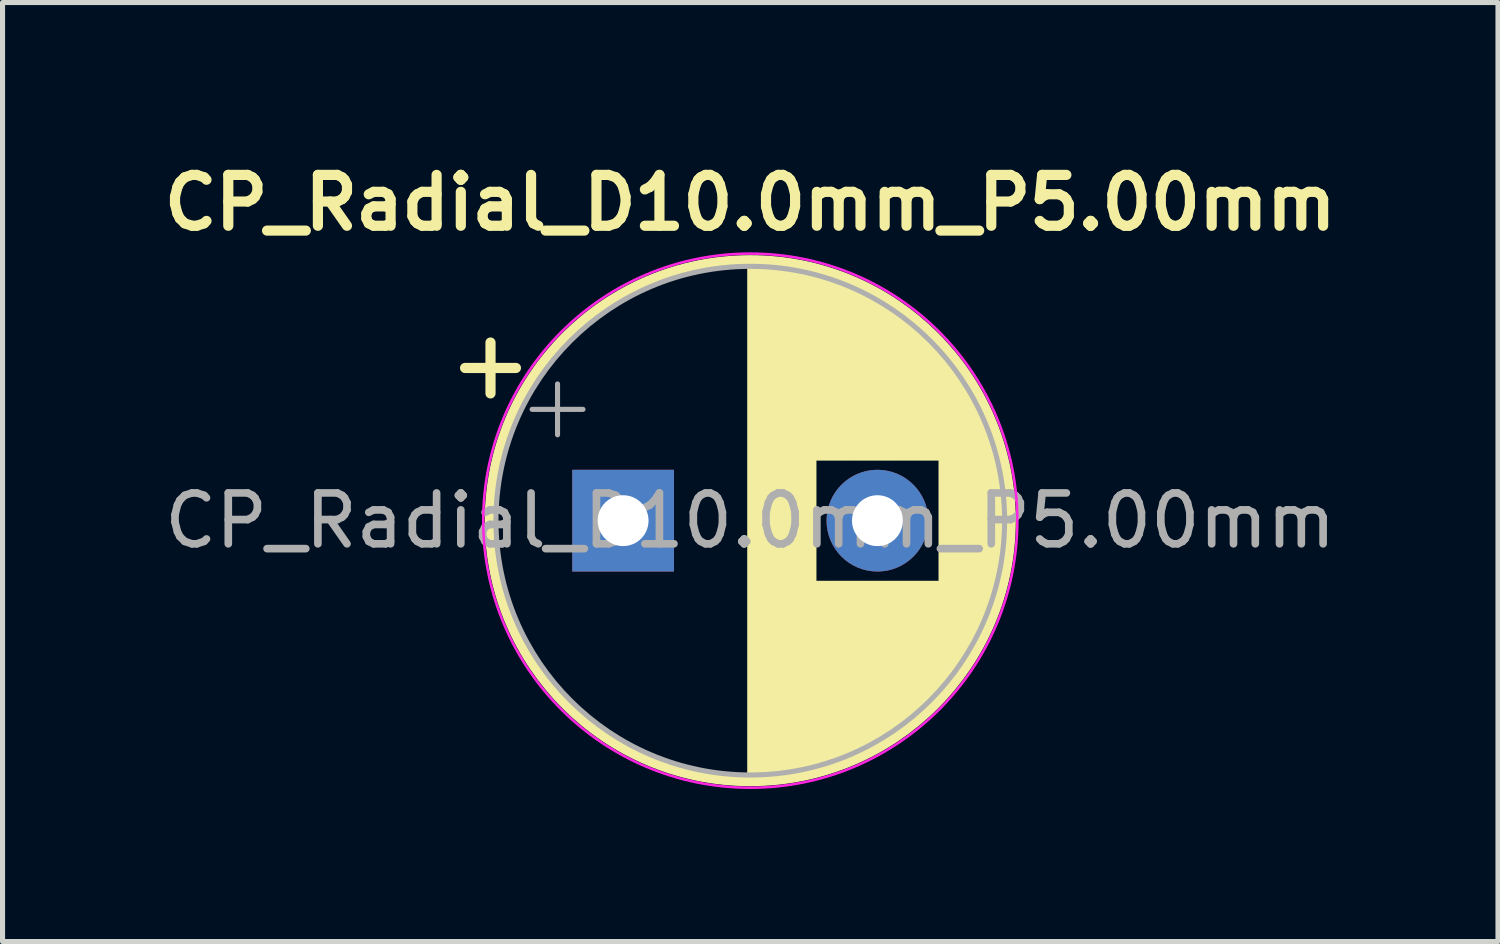
<source format=kicad_pcb>
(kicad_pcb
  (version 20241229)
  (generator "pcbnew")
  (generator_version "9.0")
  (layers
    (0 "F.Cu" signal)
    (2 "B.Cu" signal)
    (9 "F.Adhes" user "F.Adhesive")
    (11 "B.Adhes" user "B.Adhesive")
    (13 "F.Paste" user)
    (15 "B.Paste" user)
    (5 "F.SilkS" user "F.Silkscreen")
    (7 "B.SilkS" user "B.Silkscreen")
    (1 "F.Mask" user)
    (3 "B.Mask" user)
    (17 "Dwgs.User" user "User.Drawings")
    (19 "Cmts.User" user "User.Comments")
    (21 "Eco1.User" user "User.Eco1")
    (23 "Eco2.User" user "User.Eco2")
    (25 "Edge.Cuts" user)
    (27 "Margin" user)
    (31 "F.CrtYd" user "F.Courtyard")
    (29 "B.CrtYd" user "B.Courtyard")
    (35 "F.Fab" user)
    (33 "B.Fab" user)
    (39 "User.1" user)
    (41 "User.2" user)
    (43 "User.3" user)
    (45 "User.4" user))
  (footprint "CP_Radial_D10.0mm_P5.00mm"
    (layer "F.Cu")
    (at 9.2 7.186)
    (property "Reference" "CP_Radial_D10.0mm_P5.00mm" (at 2.5 -6.25 0) (layer "F.SilkS") (effects (font (size 1 1) (thickness 0.2))))
    (attr through_hole)
    (fp_line (start -3.107 -3.002) (end -2.107 -3.002) (stroke (width 0.2) (type solid)) (layer "F.SilkS"))
    (fp_line (start -2.607 -3.502) (end -2.607 -2.502) (stroke (width 0.2) (type solid)) (layer "F.SilkS"))
    (fp_line (start 2.5 -5.08) (end 2.5 5.08) (stroke (width 0.12) (type solid)) (layer "F.SilkS"))
    (fp_line (start 2.54 -5.08) (end 2.54 5.08) (stroke (width 0.12) (type solid)) (layer "F.SilkS"))
    (fp_line (start 2.58 -5.08) (end 2.58 5.08) (stroke (width 0.12) (type solid)) (layer "F.SilkS"))
    (fp_line (start 2.62 -5.079) (end 2.62 5.079) (stroke (width 0.12) (type solid)) (layer "F.SilkS"))
    (fp_line (start 2.66 -5.078) (end 2.66 5.078) (stroke (width 0.12) (type solid)) (layer "F.SilkS"))
    (fp_line (start 2.7 -5.077) (end 2.7 5.077) (stroke (width 0.12) (type solid)) (layer "F.SilkS"))
    (fp_line (start 2.74 -5.075) (end 2.74 5.075) (stroke (width 0.12) (type solid)) (layer "F.SilkS"))
    (fp_line (start 2.78 -5.073) (end 2.78 5.073) (stroke (width 0.12) (type solid)) (layer "F.SilkS"))
    (fp_line (start 2.82 -5.07) (end 2.82 5.07) (stroke (width 0.12) (type solid)) (layer "F.SilkS"))
    (fp_line (start 2.86 -5.068) (end 2.86 5.068) (stroke (width 0.12) (type solid)) (layer "F.SilkS"))
    (fp_line (start 2.9 -5.065) (end 2.9 5.065) (stroke (width 0.12) (type solid)) (layer "F.SilkS"))
    (fp_line (start 2.94 -5.062) (end 2.94 5.062) (stroke (width 0.12) (type solid)) (layer "F.SilkS"))
    (fp_line (start 2.98 -5.058) (end 2.98 5.058) (stroke (width 0.12) (type solid)) (layer "F.SilkS"))
    (fp_line (start 3.02 -5.054) (end 3.02 5.054) (stroke (width 0.12) (type solid)) (layer "F.SilkS"))
    (fp_line (start 3.06 -5.05) (end 3.06 5.05) (stroke (width 0.12) (type solid)) (layer "F.SilkS"))
    (fp_line (start 3.1 -5.045) (end 3.1 5.045) (stroke (width 0.12) (type solid)) (layer "F.SilkS"))
    (fp_line (start 3.14 -5.04) (end 3.14 5.04) (stroke (width 0.12) (type solid)) (layer "F.SilkS"))
    (fp_line (start 3.18 -5.035) (end 3.18 5.035) (stroke (width 0.12) (type solid)) (layer "F.SilkS"))
    (fp_line (start 3.221 -5.03) (end 3.221 5.03) (stroke (width 0.12) (type solid)) (layer "F.SilkS"))
    (fp_line (start 3.261 -5.024) (end 3.261 5.024) (stroke (width 0.12) (type solid)) (layer "F.SilkS"))
    (fp_line (start 3.301 -5.018) (end 3.301 5.018) (stroke (width 0.12) (type solid)) (layer "F.SilkS"))
    (fp_line (start 3.341 -5.011) (end 3.341 5.011) (stroke (width 0.12) (type solid)) (layer "F.SilkS"))
    (fp_line (start 3.381 -5.004) (end 3.381 5.004) (stroke (width 0.12) (type solid)) (layer "F.SilkS"))
    (fp_line (start 3.421 -4.997) (end 3.421 4.997) (stroke (width 0.12) (type solid)) (layer "F.SilkS"))
    (fp_line (start 3.461 -4.99) (end 3.461 4.99) (stroke (width 0.12) (type solid)) (layer "F.SilkS"))
    (fp_line (start 3.501 -4.982) (end 3.501 4.982) (stroke (width 0.12) (type solid)) (layer "F.SilkS"))
    (fp_line (start 3.541 -4.974) (end 3.541 4.974) (stroke (width 0.12) (type solid)) (layer "F.SilkS"))
    (fp_line (start 3.581 -4.965) (end 3.581 4.965) (stroke (width 0.12) (type solid)) (layer "F.SilkS"))
    (fp_line (start 3.621 -4.956) (end 3.621 4.956) (stroke (width 0.12) (type solid)) (layer "F.SilkS"))
    (fp_line (start 3.661 -4.947) (end 3.661 4.947) (stroke (width 0.12) (type solid)) (layer "F.SilkS"))
    (fp_line (start 3.701 -4.938) (end 3.701 4.938) (stroke (width 0.12) (type solid)) (layer "F.SilkS"))
    (fp_line (start 3.741 -4.928) (end 3.741 4.928) (stroke (width 0.12) (type solid)) (layer "F.SilkS"))
    (fp_line (start 3.781 -4.918) (end 3.781 -1.241) (stroke (width 0.12) (type solid)) (layer "F.SilkS"))
    (fp_line (start 3.781 1.241) (end 3.781 4.918) (stroke (width 0.12) (type solid)) (layer "F.SilkS"))
    (fp_line (start 3.821 -4.907) (end 3.821 -1.241) (stroke (width 0.12) (type solid)) (layer "F.SilkS"))
    (fp_line (start 3.821 1.241) (end 3.821 4.907) (stroke (width 0.12) (type solid)) (layer "F.SilkS"))
    (fp_line (start 3.861 -4.897) (end 3.861 -1.241) (stroke (width 0.12) (type solid)) (layer "F.SilkS"))
    (fp_line (start 3.861 1.241) (end 3.861 4.897) (stroke (width 0.12) (type solid)) (layer "F.SilkS"))
    (fp_line (start 3.901 -4.885) (end 3.901 -1.241) (stroke (width 0.12) (type solid)) (layer "F.SilkS"))
    (fp_line (start 3.901 1.241) (end 3.901 4.885) (stroke (width 0.12) (type solid)) (layer "F.SilkS"))
    (fp_line (start 3.941 -4.874) (end 3.941 -1.241) (stroke (width 0.12) (type solid)) (layer "F.SilkS"))
    (fp_line (start 3.941 1.241) (end 3.941 4.874) (stroke (width 0.12) (type solid)) (layer "F.SilkS"))
    (fp_line (start 3.981 -4.862) (end 3.981 -1.241) (stroke (width 0.12) (type solid)) (layer "F.SilkS"))
    (fp_line (start 3.981 1.241) (end 3.981 4.862) (stroke (width 0.12) (type solid)) (layer "F.SilkS"))
    (fp_line (start 4.021 -4.85) (end 4.021 -1.241) (stroke (width 0.12) (type solid)) (layer "F.SilkS"))
    (fp_line (start 4.021 1.241) (end 4.021 4.85) (stroke (width 0.12) (type solid)) (layer "F.SilkS"))
    (fp_line (start 4.061 -4.837) (end 4.061 -1.241) (stroke (width 0.12) (type solid)) (layer "F.SilkS"))
    (fp_line (start 4.061 1.241) (end 4.061 4.837) (stroke (width 0.12) (type solid)) (layer "F.SilkS"))
    (fp_line (start 4.101 -4.824) (end 4.101 -1.241) (stroke (width 0.12) (type solid)) (layer "F.SilkS"))
    (fp_line (start 4.101 1.241) (end 4.101 4.824) (stroke (width 0.12) (type solid)) (layer "F.SilkS"))
    (fp_line (start 4.141 -4.811) (end 4.141 -1.241) (stroke (width 0.12) (type solid)) (layer "F.SilkS"))
    (fp_line (start 4.141 1.241) (end 4.141 4.811) (stroke (width 0.12) (type solid)) (layer "F.SilkS"))
    (fp_line (start 4.181 -4.797) (end 4.181 -1.241) (stroke (width 0.12) (type solid)) (layer "F.SilkS"))
    (fp_line (start 4.181 1.241) (end 4.181 4.797) (stroke (width 0.12) (type solid)) (layer "F.SilkS"))
    (fp_line (start 4.221 -4.783) (end 4.221 -1.241) (stroke (width 0.12) (type solid)) (layer "F.SilkS"))
    (fp_line (start 4.221 1.241) (end 4.221 4.783) (stroke (width 0.12) (type solid)) (layer "F.SilkS"))
    (fp_line (start 4.261 -4.768) (end 4.261 -1.241) (stroke (width 0.12) (type solid)) (layer "F.SilkS"))
    (fp_line (start 4.261 1.241) (end 4.261 4.768) (stroke (width 0.12) (type solid)) (layer "F.SilkS"))
    (fp_line (start 4.301 -4.754) (end 4.301 -1.241) (stroke (width 0.12) (type solid)) (layer "F.SilkS"))
    (fp_line (start 4.301 1.241) (end 4.301 4.754) (stroke (width 0.12) (type solid)) (layer "F.SilkS"))
    (fp_line (start 4.341 -4.738) (end 4.341 -1.241) (stroke (width 0.12) (type solid)) (layer "F.SilkS"))
    (fp_line (start 4.341 1.241) (end 4.341 4.738) (stroke (width 0.12) (type solid)) (layer "F.SilkS"))
    (fp_line (start 4.381 -4.723) (end 4.381 -1.241) (stroke (width 0.12) (type solid)) (layer "F.SilkS"))
    (fp_line (start 4.381 1.241) (end 4.381 4.723) (stroke (width 0.12) (type solid)) (layer "F.SilkS"))
    (fp_line (start 4.421 -4.707) (end 4.421 -1.241) (stroke (width 0.12) (type solid)) (layer "F.SilkS"))
    (fp_line (start 4.421 1.241) (end 4.421 4.707) (stroke (width 0.12) (type solid)) (layer "F.SilkS"))
    (fp_line (start 4.461 -4.69) (end 4.461 -1.241) (stroke (width 0.12) (type solid)) (layer "F.SilkS"))
    (fp_line (start 4.461 1.241) (end 4.461 4.69) (stroke (width 0.12) (type solid)) (layer "F.SilkS"))
    (fp_line (start 4.501 -4.674) (end 4.501 -1.241) (stroke (width 0.12) (type solid)) (layer "F.SilkS"))
    (fp_line (start 4.501 1.241) (end 4.501 4.674) (stroke (width 0.12) (type solid)) (layer "F.SilkS"))
    (fp_line (start 4.541 -4.657) (end 4.541 -1.241) (stroke (width 0.12) (type solid)) (layer "F.SilkS"))
    (fp_line (start 4.541 1.241) (end 4.541 4.657) (stroke (width 0.12) (type solid)) (layer "F.SilkS"))
    (fp_line (start 4.581 -4.639) (end 4.581 -1.241) (stroke (width 0.12) (type solid)) (layer "F.SilkS"))
    (fp_line (start 4.581 1.241) (end 4.581 4.639) (stroke (width 0.12) (type solid)) (layer "F.SilkS"))
    (fp_line (start 4.621 -4.621) (end 4.621 -1.241) (stroke (width 0.12) (type solid)) (layer "F.SilkS"))
    (fp_line (start 4.621 1.241) (end 4.621 4.621) (stroke (width 0.12) (type solid)) (layer "F.SilkS"))
    (fp_line (start 4.661 -4.603) (end 4.661 -1.241) (stroke (width 0.12) (type solid)) (layer "F.SilkS"))
    (fp_line (start 4.661 1.241) (end 4.661 4.603) (stroke (width 0.12) (type solid)) (layer "F.SilkS"))
    (fp_line (start 4.701 -4.584) (end 4.701 -1.241) (stroke (width 0.12) (type solid)) (layer "F.SilkS"))
    (fp_line (start 4.701 1.241) (end 4.701 4.584) (stroke (width 0.12) (type solid)) (layer "F.SilkS"))
    (fp_line (start 4.741 -4.564) (end 4.741 -1.241) (stroke (width 0.12) (type solid)) (layer "F.SilkS"))
    (fp_line (start 4.741 1.241) (end 4.741 4.564) (stroke (width 0.12) (type solid)) (layer "F.SilkS"))
    (fp_line (start 4.781 -4.545) (end 4.781 -1.241) (stroke (width 0.12) (type solid)) (layer "F.SilkS"))
    (fp_line (start 4.781 1.241) (end 4.781 4.545) (stroke (width 0.12) (type solid)) (layer "F.SilkS"))
    (fp_line (start 4.821 -4.525) (end 4.821 -1.241) (stroke (width 0.12) (type solid)) (layer "F.SilkS"))
    (fp_line (start 4.821 1.241) (end 4.821 4.525) (stroke (width 0.12) (type solid)) (layer "F.SilkS"))
    (fp_line (start 4.861 -4.504) (end 4.861 -1.241) (stroke (width 0.12) (type solid)) (layer "F.SilkS"))
    (fp_line (start 4.861 1.241) (end 4.861 4.504) (stroke (width 0.12) (type solid)) (layer "F.SilkS"))
    (fp_line (start 4.901 -4.483) (end 4.901 -1.241) (stroke (width 0.12) (type solid)) (layer "F.SilkS"))
    (fp_line (start 4.901 1.241) (end 4.901 4.483) (stroke (width 0.12) (type solid)) (layer "F.SilkS"))
    (fp_line (start 4.941 -4.462) (end 4.941 -1.241) (stroke (width 0.12) (type solid)) (layer "F.SilkS"))
    (fp_line (start 4.941 1.241) (end 4.941 4.462) (stroke (width 0.12) (type solid)) (layer "F.SilkS"))
    (fp_line (start 4.981 -4.44) (end 4.981 -1.241) (stroke (width 0.12) (type solid)) (layer "F.SilkS"))
    (fp_line (start 4.981 1.241) (end 4.981 4.44) (stroke (width 0.12) (type solid)) (layer "F.SilkS"))
    (fp_line (start 5.021 -4.417) (end 5.021 -1.241) (stroke (width 0.12) (type solid)) (layer "F.SilkS"))
    (fp_line (start 5.021 1.241) (end 5.021 4.417) (stroke (width 0.12) (type solid)) (layer "F.SilkS"))
    (fp_line (start 5.061 -4.395) (end 5.061 -1.241) (stroke (width 0.12) (type solid)) (layer "F.SilkS"))
    (fp_line (start 5.061 1.241) (end 5.061 4.395) (stroke (width 0.12) (type solid)) (layer "F.SilkS"))
    (fp_line (start 5.101 -4.371) (end 5.101 -1.241) (stroke (width 0.12) (type solid)) (layer "F.SilkS"))
    (fp_line (start 5.101 1.241) (end 5.101 4.371) (stroke (width 0.12) (type solid)) (layer "F.SilkS"))
    (fp_line (start 5.141 -4.347) (end 5.141 -1.241) (stroke (width 0.12) (type solid)) (layer "F.SilkS"))
    (fp_line (start 5.141 1.241) (end 5.141 4.347) (stroke (width 0.12) (type solid)) (layer "F.SilkS"))
    (fp_line (start 5.181 -4.323) (end 5.181 -1.241) (stroke (width 0.12) (type solid)) (layer "F.SilkS"))
    (fp_line (start 5.181 1.241) (end 5.181 4.323) (stroke (width 0.12) (type solid)) (layer "F.SilkS"))
    (fp_line (start 5.221 -4.298) (end 5.221 -1.241) (stroke (width 0.12) (type solid)) (layer "F.SilkS"))
    (fp_line (start 5.221 1.241) (end 5.221 4.298) (stroke (width 0.12) (type solid)) (layer "F.SilkS"))
    (fp_line (start 5.261 -4.273) (end 5.261 -1.241) (stroke (width 0.12) (type solid)) (layer "F.SilkS"))
    (fp_line (start 5.261 1.241) (end 5.261 4.273) (stroke (width 0.12) (type solid)) (layer "F.SilkS"))
    (fp_line (start 5.301 -4.247) (end 5.301 -1.241) (stroke (width 0.12) (type solid)) (layer "F.SilkS"))
    (fp_line (start 5.301 1.241) (end 5.301 4.247) (stroke (width 0.12) (type solid)) (layer "F.SilkS"))
    (fp_line (start 5.341 -4.221) (end 5.341 -1.241) (stroke (width 0.12) (type solid)) (layer "F.SilkS"))
    (fp_line (start 5.341 1.241) (end 5.341 4.221) (stroke (width 0.12) (type solid)) (layer "F.SilkS"))
    (fp_line (start 5.381 -4.194) (end 5.381 -1.241) (stroke (width 0.12) (type solid)) (layer "F.SilkS"))
    (fp_line (start 5.381 1.241) (end 5.381 4.194) (stroke (width 0.12) (type solid)) (layer "F.SilkS"))
    (fp_line (start 5.421 -4.166) (end 5.421 -1.241) (stroke (width 0.12) (type solid)) (layer "F.SilkS"))
    (fp_line (start 5.421 1.241) (end 5.421 4.166) (stroke (width 0.12) (type solid)) (layer "F.SilkS"))
    (fp_line (start 5.461 -4.138) (end 5.461 -1.241) (stroke (width 0.12) (type solid)) (layer "F.SilkS"))
    (fp_line (start 5.461 1.241) (end 5.461 4.138) (stroke (width 0.12) (type solid)) (layer "F.SilkS"))
    (fp_line (start 5.501 -4.11) (end 5.501 -1.241) (stroke (width 0.12) (type solid)) (layer "F.SilkS"))
    (fp_line (start 5.501 1.241) (end 5.501 4.11) (stroke (width 0.12) (type solid)) (layer "F.SilkS"))
    (fp_line (start 5.541 -4.08) (end 5.541 -1.241) (stroke (width 0.12) (type solid)) (layer "F.SilkS"))
    (fp_line (start 5.541 1.241) (end 5.541 4.08) (stroke (width 0.12) (type solid)) (layer "F.SilkS"))
    (fp_line (start 5.581 -4.05) (end 5.581 -1.241) (stroke (width 0.12) (type solid)) (layer "F.SilkS"))
    (fp_line (start 5.581 1.241) (end 5.581 4.05) (stroke (width 0.12) (type solid)) (layer "F.SilkS"))
    (fp_line (start 5.621 -4.02) (end 5.621 -1.241) (stroke (width 0.12) (type solid)) (layer "F.SilkS"))
    (fp_line (start 5.621 1.241) (end 5.621 4.02) (stroke (width 0.12) (type solid)) (layer "F.SilkS"))
    (fp_line (start 5.661 -3.989) (end 5.661 -1.241) (stroke (width 0.12) (type solid)) (layer "F.SilkS"))
    (fp_line (start 5.661 1.241) (end 5.661 3.989) (stroke (width 0.12) (type solid)) (layer "F.SilkS"))
    (fp_line (start 5.701 -3.957) (end 5.701 -1.241) (stroke (width 0.12) (type solid)) (layer "F.SilkS"))
    (fp_line (start 5.701 1.241) (end 5.701 3.957) (stroke (width 0.12) (type solid)) (layer "F.SilkS"))
    (fp_line (start 5.741 -3.925) (end 5.741 -1.241) (stroke (width 0.12) (type solid)) (layer "F.SilkS"))
    (fp_line (start 5.741 1.241) (end 5.741 3.925) (stroke (width 0.12) (type solid)) (layer "F.SilkS"))
    (fp_line (start 5.781 -3.892) (end 5.781 -1.241) (stroke (width 0.12) (type solid)) (layer "F.SilkS"))
    (fp_line (start 5.781 1.241) (end 5.781 3.892) (stroke (width 0.12) (type solid)) (layer "F.SilkS"))
    (fp_line (start 5.821 -3.858) (end 5.821 -1.241) (stroke (width 0.12) (type solid)) (layer "F.SilkS"))
    (fp_line (start 5.821 1.241) (end 5.821 3.858) (stroke (width 0.12) (type solid)) (layer "F.SilkS"))
    (fp_line (start 5.861 -3.824) (end 5.861 -1.241) (stroke (width 0.12) (type solid)) (layer "F.SilkS"))
    (fp_line (start 5.861 1.241) (end 5.861 3.824) (stroke (width 0.12) (type solid)) (layer "F.SilkS"))
    (fp_line (start 5.901 -3.789) (end 5.901 -1.241) (stroke (width 0.12) (type solid)) (layer "F.SilkS"))
    (fp_line (start 5.901 1.241) (end 5.901 3.789) (stroke (width 0.12) (type solid)) (layer "F.SilkS"))
    (fp_line (start 5.941 -3.753) (end 5.941 -1.241) (stroke (width 0.12) (type solid)) (layer "F.SilkS"))
    (fp_line (start 5.941 1.241) (end 5.941 3.753) (stroke (width 0.12) (type solid)) (layer "F.SilkS"))
    (fp_line (start 5.981 -3.716) (end 5.981 -1.241) (stroke (width 0.12) (type solid)) (layer "F.SilkS"))
    (fp_line (start 5.981 1.241) (end 5.981 3.716) (stroke (width 0.12) (type solid)) (layer "F.SilkS"))
    (fp_line (start 6.021 -3.679) (end 6.021 -1.241) (stroke (width 0.12) (type solid)) (layer "F.SilkS"))
    (fp_line (start 6.021 1.241) (end 6.021 3.679) (stroke (width 0.12) (type solid)) (layer "F.SilkS"))
    (fp_line (start 6.061 -3.64) (end 6.061 -1.241) (stroke (width 0.12) (type solid)) (layer "F.SilkS"))
    (fp_line (start 6.061 1.241) (end 6.061 3.64) (stroke (width 0.12) (type solid)) (layer "F.SilkS"))
    (fp_line (start 6.101 -3.601) (end 6.101 -1.241) (stroke (width 0.12) (type solid)) (layer "F.SilkS"))
    (fp_line (start 6.101 1.241) (end 6.101 3.601) (stroke (width 0.12) (type solid)) (layer "F.SilkS"))
    (fp_line (start 6.141 -3.561) (end 6.141 -1.241) (stroke (width 0.12) (type solid)) (layer "F.SilkS"))
    (fp_line (start 6.141 1.241) (end 6.141 3.561) (stroke (width 0.12) (type solid)) (layer "F.SilkS"))
    (fp_line (start 6.181 -3.52) (end 6.181 -1.241) (stroke (width 0.12) (type solid)) (layer "F.SilkS"))
    (fp_line (start 6.181 1.241) (end 6.181 3.52) (stroke (width 0.12) (type solid)) (layer "F.SilkS"))
    (fp_line (start 6.221 -3.478) (end 6.221 -1.241) (stroke (width 0.12) (type solid)) (layer "F.SilkS"))
    (fp_line (start 6.221 1.241) (end 6.221 3.478) (stroke (width 0.12) (type solid)) (layer "F.SilkS"))
    (fp_line (start 6.261 -3.436) (end 6.261 3.436) (stroke (width 0.12) (type solid)) (layer "F.SilkS"))
    (fp_line (start 6.301 -3.392) (end 6.301 3.392) (stroke (width 0.12) (type solid)) (layer "F.SilkS"))
    (fp_line (start 6.341 -3.347) (end 6.341 3.347) (stroke (width 0.12) (type solid)) (layer "F.SilkS"))
    (fp_line (start 6.381 -3.301) (end 6.381 3.301) (stroke (width 0.12) (type solid)) (layer "F.SilkS"))
    (fp_line (start 6.421 -3.254) (end 6.421 3.254) (stroke (width 0.12) (type solid)) (layer "F.SilkS"))
    (fp_line (start 6.461 -3.206) (end 6.461 3.206) (stroke (width 0.12) (type solid)) (layer "F.SilkS"))
    (fp_line (start 6.501 -3.156) (end 6.501 3.156) (stroke (width 0.12) (type solid)) (layer "F.SilkS"))
    (fp_line (start 6.541 -3.106) (end 6.541 3.106) (stroke (width 0.12) (type solid)) (layer "F.SilkS"))
    (fp_line (start 6.581 -3.054) (end 6.581 3.054) (stroke (width 0.12) (type solid)) (layer "F.SilkS"))
    (fp_line (start 6.621 -3) (end 6.621 3) (stroke (width 0.12) (type solid)) (layer "F.SilkS"))
    (fp_line (start 6.661 -2.945) (end 6.661 2.945) (stroke (width 0.12) (type solid)) (layer "F.SilkS"))
    (fp_line (start 6.701 -2.889) (end 6.701 2.889) (stroke (width 0.12) (type solid)) (layer "F.SilkS"))
    (fp_line (start 6.741 -2.83) (end 6.741 2.83) (stroke (width 0.12) (type solid)) (layer "F.SilkS"))
    (fp_line (start 6.781 -2.77) (end 6.781 2.77) (stroke (width 0.12) (type solid)) (layer "F.SilkS"))
    (fp_line (start 6.821 -2.709) (end 6.821 2.709) (stroke (width 0.12) (type solid)) (layer "F.SilkS"))
    (fp_line (start 6.861 -2.645) (end 6.861 2.645) (stroke (width 0.12) (type solid)) (layer "F.SilkS"))
    (fp_line (start 6.901 -2.579) (end 6.901 2.579) (stroke (width 0.12) (type solid)) (layer "F.SilkS"))
    (fp_line (start 6.941 -2.51) (end 6.941 2.51) (stroke (width 0.12) (type solid)) (layer "F.SilkS"))
    (fp_line (start 6.981 -2.439) (end 6.981 2.439) (stroke (width 0.12) (type solid)) (layer "F.SilkS"))
    (fp_line (start 7.021 -2.365) (end 7.021 2.365) (stroke (width 0.12) (type solid)) (layer "F.SilkS"))
    (fp_line (start 7.061 -2.289) (end 7.061 2.289) (stroke (width 0.12) (type solid)) (layer "F.SilkS"))
    (fp_line (start 7.101 -2.209) (end 7.101 2.209) (stroke (width 0.12) (type solid)) (layer "F.SilkS"))
    (fp_line (start 7.141 -2.125) (end 7.141 2.125) (stroke (width 0.12) (type solid)) (layer "F.SilkS"))
    (fp_line (start 7.181 -2.037) (end 7.181 2.037) (stroke (width 0.12) (type solid)) (layer "F.SilkS"))
    (fp_line (start 7.221 -1.944) (end 7.221 1.944) (stroke (width 0.12) (type solid)) (layer "F.SilkS"))
    (fp_line (start 7.261 -1.846) (end 7.261 1.846) (stroke (width 0.12) (type solid)) (layer "F.SilkS"))
    (fp_line (start 7.301 -1.742) (end 7.301 1.742) (stroke (width 0.12) (type solid)) (layer "F.SilkS"))
    (fp_line (start 7.341 -1.63) (end 7.341 1.63) (stroke (width 0.12) (type solid)) (layer "F.SilkS"))
    (fp_line (start 7.381 -1.51) (end 7.381 1.51) (stroke (width 0.12) (type solid)) (layer "F.SilkS"))
    (fp_line (start 7.421 -1.378) (end 7.421 1.378) (stroke (width 0.12) (type solid)) (layer "F.SilkS"))
    (fp_line (start 7.461 -1.23) (end 7.461 1.23) (stroke (width 0.12) (type solid)) (layer "F.SilkS"))
    (fp_line (start 7.501 -1.062) (end 7.501 1.062) (stroke (width 0.12) (type solid)) (layer "F.SilkS"))
    (fp_line (start 7.541 -0.862) (end 7.541 0.862) (stroke (width 0.12) (type solid)) (layer "F.SilkS"))
    (fp_line (start 7.581 -0.599) (end 7.581 0.599) (stroke (width 0.12) (type solid)) (layer "F.SilkS"))
    (fp_circle (center 2.5 0) (end 7.62 0) (stroke (width 0.2) (type solid)) (fill no) (layer "F.SilkS"))
    (fp_circle (center 2.5 0) (end 7.75 0) (stroke (width 0.05) (type solid)) (fill no) (layer "F.CrtYd"))
    (fp_line (start -1.789 -2.188) (end -0.789 -2.188) (stroke (width 0.1) (type solid)) (layer "F.Fab"))
    (fp_line (start -1.289 -2.688) (end -1.289 -1.688) (stroke (width 0.1) (type solid)) (layer "F.Fab"))
    (fp_circle (center 2.5 0) (end 7.5 0) (stroke (width 0.1) (type solid)) (fill no) (layer "F.Fab"))
    (fp_text user "${REFERENCE}" (at 2.5 0 0) (layer "F.Fab") (effects (font (size 1 1) (thickness 0.15))))
    (pad "1" thru_hole rect (at 0 0) (size 2 2) (drill 1) (layers "*.Cu" "*.Mask"))
    (pad "2" thru_hole circle (at 5 0) (size 2 2) (drill 1) (layers "*.Cu" "*.Mask")))
  (gr_rect
    (start -3 -3)
    (end 26.4 15.461)
    (stroke (width 0.1) (type default))
    (fill no)
    (layer "Edge.Cuts")))
</source>
